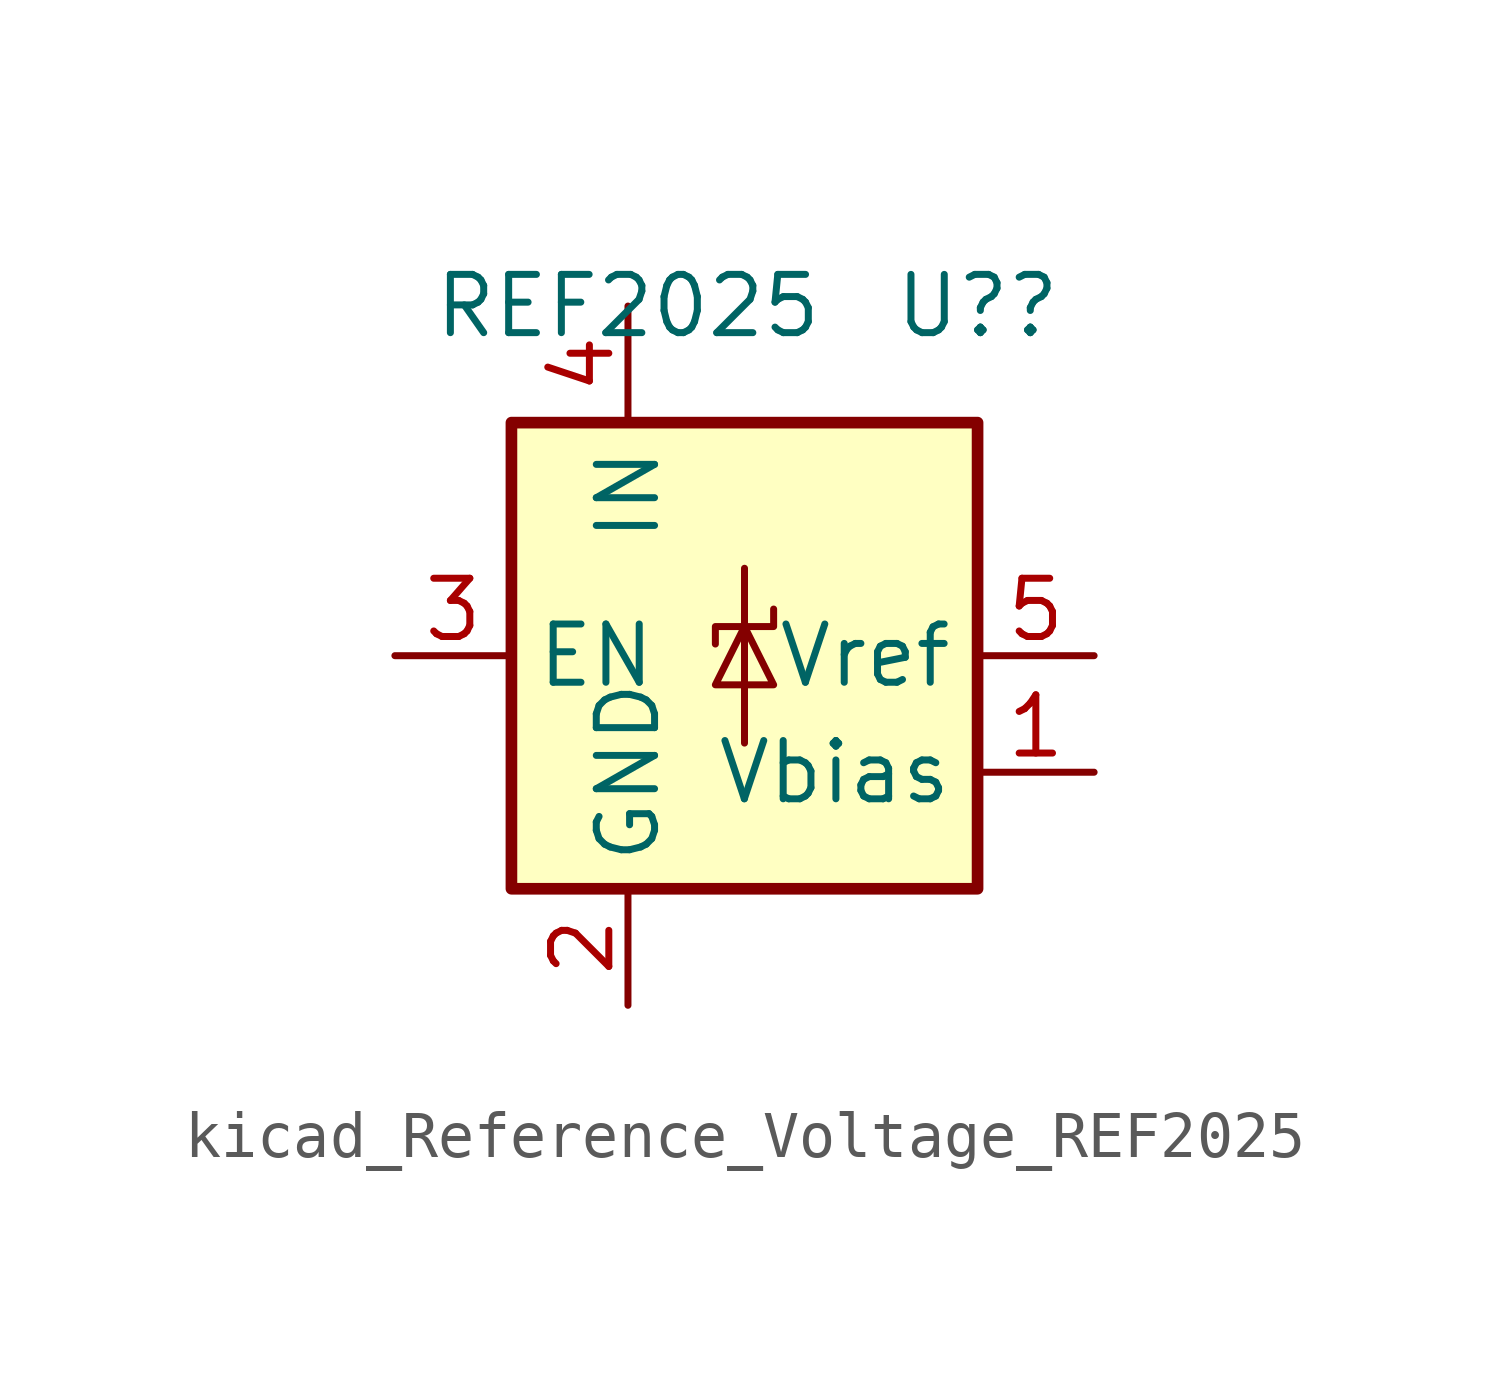
<source format=kicad_sym>
(kicad_symbol_lib
  (version 20220914)
  (generator kicad_symbol_editor)
  (symbol "kicad_Reference_Voltage_REF2025"
    (property "Reference" "U?"
      (at 5.08 7.62 0)
      (effects (font (size 1.27 1.27))))
    (property "Value" "REF2025"
      (at -2.54 7.62 0)
      (effects (font (size 1.27 1.27))))
    (symbol "kicad_Reference_Voltage_REF2025_0_1"
      (rectangle (start -5.08 5.08) (end 5.08 -5.08) (stroke (width 0.254) (type default)) (fill (type background)))
      (polyline (pts (xy 0 1.905) (xy 0 -1.905)) (stroke (width 0) (type default)) (fill (type none)))
      (polyline (pts (xy -0.635 -0.635) (xy 0.635 -0.635) (xy 0 0.635) (xy -0.635 -0.635)) (stroke (width 0) (type default)) (fill (type none)))
      (polyline (pts (xy 0.635 1.016) (xy 0.635 0.635) (xy -0.635 0.635) (xy -0.635 0.254)) (stroke (width 0) (type default)) (fill (type none))))
    (symbol "kicad_Reference_Voltage_REF2025_1_1"
      (pin output line (at 7.62 -2.54 180) (length 2.54) (name "Vbias" (effects (font (size 1.27 1.27)))) (number "1" (effects (font (size 1.27 1.27)))))
      (pin power_in line (at -2.54 -7.62 90) (length 2.54) (name "GND" (effects (font (size 1.27 1.27)))) (number "2" (effects (font (size 1.27 1.27)))))
      (pin input line (at -7.62 0 0) (length 2.54) (name "EN" (effects (font (size 1.27 1.27)))) (number "3" (effects (font (size 1.27 1.27)))))
      (pin power_in line (at -2.54 7.62 270) (length 2.54) (name "IN" (effects (font (size 1.27 1.27)))) (number "4" (effects (font (size 1.27 1.27)))))
      (pin output line (at 7.62 0 180) (length 2.54) (name "Vref" (effects (font (size 1.27 1.27)))) (number "5" (effects (font (size 1.27 1.27))))))))
</source>
